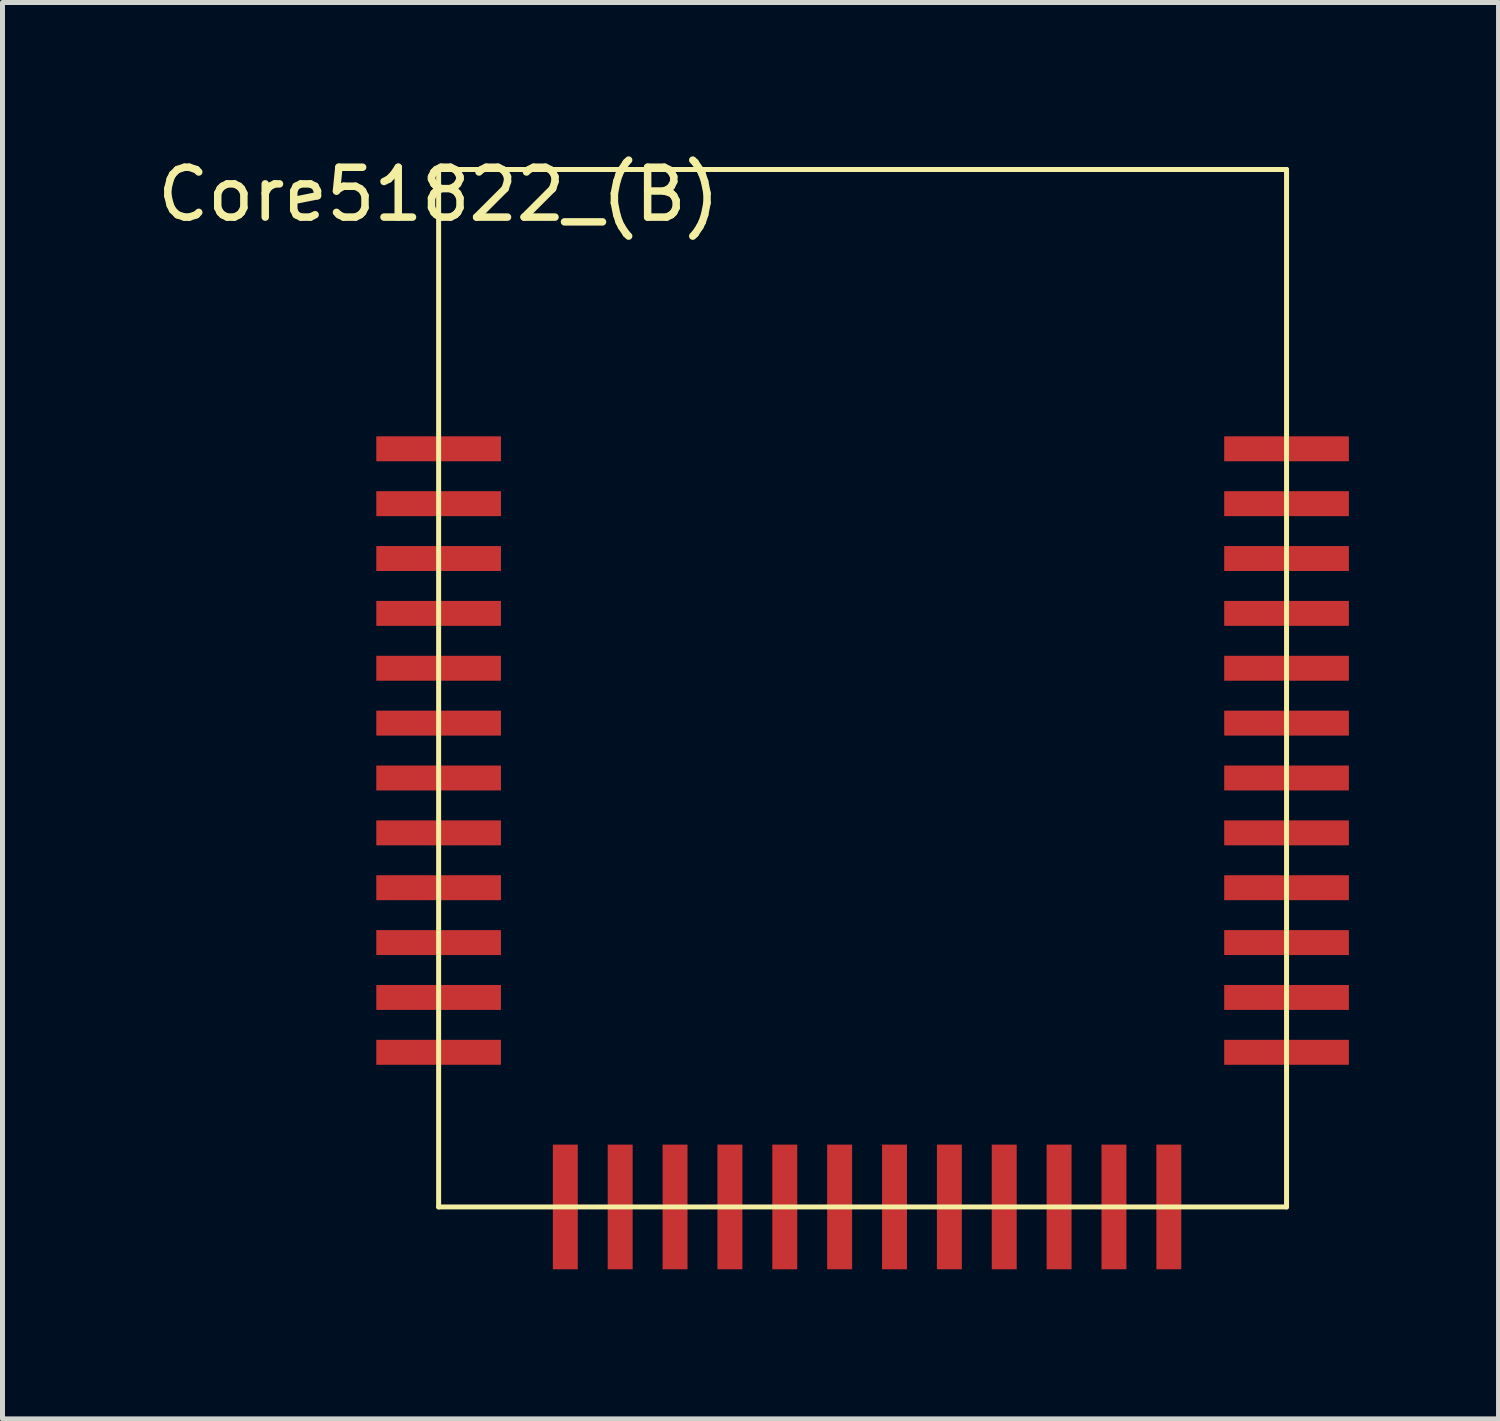
<source format=kicad_pcb>
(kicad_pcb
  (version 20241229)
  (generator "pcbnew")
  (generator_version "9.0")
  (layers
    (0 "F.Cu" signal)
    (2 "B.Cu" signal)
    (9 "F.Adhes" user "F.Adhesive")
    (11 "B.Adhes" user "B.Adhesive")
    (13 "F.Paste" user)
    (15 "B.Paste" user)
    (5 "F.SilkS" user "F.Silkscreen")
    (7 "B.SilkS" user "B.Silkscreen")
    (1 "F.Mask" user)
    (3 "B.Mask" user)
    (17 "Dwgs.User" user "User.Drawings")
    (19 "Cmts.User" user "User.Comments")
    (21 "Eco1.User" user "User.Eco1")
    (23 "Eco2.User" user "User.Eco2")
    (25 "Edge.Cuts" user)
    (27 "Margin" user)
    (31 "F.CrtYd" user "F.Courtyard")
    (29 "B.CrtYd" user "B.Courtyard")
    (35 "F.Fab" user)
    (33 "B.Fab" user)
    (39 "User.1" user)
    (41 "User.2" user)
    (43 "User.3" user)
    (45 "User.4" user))
  (footprint "Core51822_(B)"
    (layer "F.Cu")
    (at 5.744 0.348)
    (property "Reference" "Core51822_(B)" (at 0 0.5 0) (layer "F.SilkS") (effects (font (size 1 1) (thickness 0.15))))
    (attr through_hole)
    (fp_line (start 0 0) (end 17 0) (stroke (width 0.1) (type solid)) (layer "F.SilkS"))
    (fp_line (start 0 20.8) (end 0 0) (stroke (width 0.1) (type solid)) (layer "F.SilkS"))
    (fp_line (start 17 0) (end 17 20.8) (stroke (width 0.1) (type solid)) (layer "F.SilkS"))
    (fp_line (start 17 20.8) (end 0 20.8) (stroke (width 0.1) (type solid)) (layer "F.SilkS"))
    (pad "1" smd rect (at 0 5.6 90) (size 0.5 2.5) (layers "F.Cu" "F.Mask" "F.Paste"))
    (pad "2" smd rect (at 0 6.7 90) (size 0.5 2.5) (layers "F.Cu" "F.Mask" "F.Paste"))
    (pad "3" smd rect (at 0 7.8 90) (size 0.5 2.5) (layers "F.Cu" "F.Mask" "F.Paste"))
    (pad "4" smd rect (at 0 8.9 90) (size 0.5 2.5) (layers "F.Cu" "F.Mask" "F.Paste"))
    (pad "5" smd rect (at 0 10 90) (size 0.5 2.5) (layers "F.Cu" "F.Mask" "F.Paste"))
    (pad "6" smd rect (at 0 11.1 90) (size 0.5 2.5) (layers "F.Cu" "F.Mask" "F.Paste"))
    (pad "7" smd rect (at 0 12.2 90) (size 0.5 2.5) (layers "F.Cu" "F.Mask" "F.Paste"))
    (pad "8" smd rect (at 0 13.3 90) (size 0.5 2.5) (layers "F.Cu" "F.Mask" "F.Paste"))
    (pad "9" smd rect (at 0 14.4 90) (size 0.5 2.5) (layers "F.Cu" "F.Mask" "F.Paste"))
    (pad "10" smd rect (at 0 15.5 90) (size 0.5 2.5) (layers "F.Cu" "F.Mask" "F.Paste"))
    (pad "11" smd rect (at 0 16.6 90) (size 0.5 2.5) (layers "F.Cu" "F.Mask" "F.Paste"))
    (pad "12" smd rect (at 0 17.7 90) (size 0.5 2.5) (layers "F.Cu" "F.Mask" "F.Paste"))
    (pad "13" smd rect (at 2.54 20.8) (size 0.5 2.5) (layers "F.Cu" "F.Mask" "F.Paste"))
    (pad "14" smd rect (at 3.64 20.8) (size 0.5 2.5) (layers "F.Cu" "F.Mask" "F.Paste"))
    (pad "15" smd rect (at 4.74 20.8) (size 0.5 2.5) (layers "F.Cu" "F.Mask" "F.Paste"))
    (pad "16" smd rect (at 5.84 20.8) (size 0.5 2.5) (layers "F.Cu" "F.Mask" "F.Paste"))
    (pad "17" smd rect (at 6.94 20.8) (size 0.5 2.5) (layers "F.Cu" "F.Mask" "F.Paste"))
    (pad "18" smd rect (at 8.04 20.8) (size 0.5 2.5) (layers "F.Cu" "F.Mask" "F.Paste"))
    (pad "19" smd rect (at 9.14 20.8) (size 0.5 2.5) (layers "F.Cu" "F.Mask" "F.Paste"))
    (pad "20" smd rect (at 10.24 20.8) (size 0.5 2.5) (layers "F.Cu" "F.Mask" "F.Paste"))
    (pad "21" smd rect (at 11.34 20.8) (size 0.5 2.5) (layers "F.Cu" "F.Mask" "F.Paste"))
    (pad "22" smd rect (at 12.44 20.8) (size 0.5 2.5) (layers "F.Cu" "F.Mask" "F.Paste"))
    (pad "23" smd rect (at 13.54 20.8) (size 0.5 2.5) (layers "F.Cu" "F.Mask" "F.Paste"))
    (pad "24" smd rect (at 14.64 20.8) (size 0.5 2.5) (layers "F.Cu" "F.Mask" "F.Paste"))
    (pad "25" smd rect (at 17 17.7 90) (size 0.5 2.5) (layers "F.Cu" "F.Mask" "F.Paste"))
    (pad "26" smd rect (at 17 16.6 90) (size 0.5 2.5) (layers "F.Cu" "F.Mask" "F.Paste"))
    (pad "27" smd rect (at 17 15.5 90) (size 0.5 2.5) (layers "F.Cu" "F.Mask" "F.Paste"))
    (pad "28" smd rect (at 17 14.4 90) (size 0.5 2.5) (layers "F.Cu" "F.Mask" "F.Paste"))
    (pad "29" smd rect (at 17 13.3 90) (size 0.5 2.5) (layers "F.Cu" "F.Mask" "F.Paste"))
    (pad "30" smd rect (at 17 12.2 90) (size 0.5 2.5) (layers "F.Cu" "F.Mask" "F.Paste"))
    (pad "31" smd rect (at 17 11.1 90) (size 0.5 2.5) (layers "F.Cu" "F.Mask" "F.Paste"))
    (pad "32" smd rect (at 17 10 90) (size 0.5 2.5) (layers "F.Cu" "F.Mask" "F.Paste"))
    (pad "33" smd rect (at 17 8.9 90) (size 0.5 2.5) (layers "F.Cu" "F.Mask" "F.Paste"))
    (pad "34" smd rect (at 17 7.8 90) (size 0.5 2.5) (layers "F.Cu" "F.Mask" "F.Paste"))
    (pad "35" smd rect (at 17 6.7 90) (size 0.5 2.5) (layers "F.Cu" "F.Mask" "F.Paste"))
    (pad "36" smd rect (at 17 5.6 90) (size 0.5 2.5) (layers "F.Cu" "F.Mask" "F.Paste")))
  (gr_rect
    (start -3 -3)
    (end 26.994 25.398)
    (stroke (width 0.1) (type default))
    (fill no)
    (layer "Edge.Cuts")))
</source>
